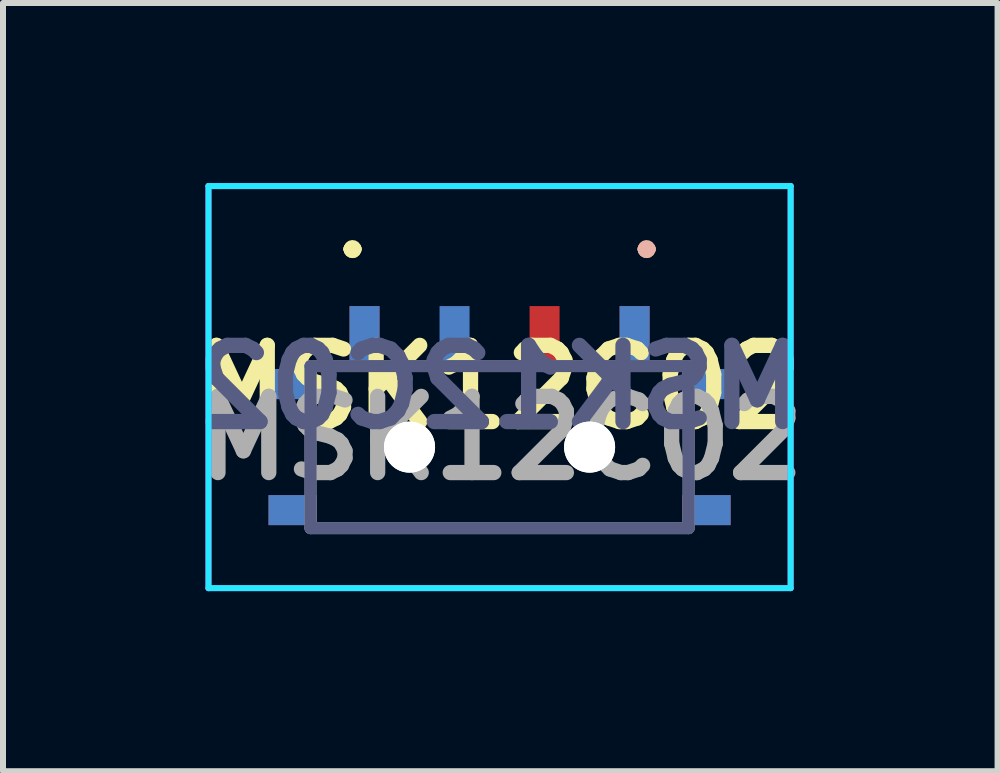
<source format=kicad_pcb>
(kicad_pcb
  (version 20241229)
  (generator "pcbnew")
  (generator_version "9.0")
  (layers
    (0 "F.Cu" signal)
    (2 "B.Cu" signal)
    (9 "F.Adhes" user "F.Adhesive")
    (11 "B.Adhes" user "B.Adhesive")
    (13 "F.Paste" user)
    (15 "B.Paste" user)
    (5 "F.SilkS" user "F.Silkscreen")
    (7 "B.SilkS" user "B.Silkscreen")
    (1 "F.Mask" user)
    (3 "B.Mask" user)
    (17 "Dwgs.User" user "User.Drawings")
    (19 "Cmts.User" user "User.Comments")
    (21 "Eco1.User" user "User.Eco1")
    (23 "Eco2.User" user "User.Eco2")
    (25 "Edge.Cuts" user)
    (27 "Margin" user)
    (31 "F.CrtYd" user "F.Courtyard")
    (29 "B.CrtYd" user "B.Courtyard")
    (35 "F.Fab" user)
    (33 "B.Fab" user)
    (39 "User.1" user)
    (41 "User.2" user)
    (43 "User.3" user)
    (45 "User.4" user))
  (footprint "MSK12C02"
    (layer "F.Cu")
    (at 5.274 4.4)
    (property "Reference" "MSK12C02" (at 0 -1 0) (layer "F.SilkS") (effects (font (size 1.27 1.27) (thickness 0.254))))
    (attr through_hole)
    (fp_line (start -3.15 -0.25) (end -3.15 -0.25) (stroke (width 0.1) (type solid)) (layer "F.SilkS"))
    (fp_line (start -3.15 -0.25) (end -3.15 0.25) (stroke (width 0.1) (type solid)) (layer "F.SilkS"))
    (fp_line (start -3.15 0.25) (end -3.15 -0.25) (stroke (width 0.1) (type solid)) (layer "F.SilkS"))
    (fp_line (start -3.15 0.25) (end -3.15 0.25) (stroke (width 0.1) (type solid)) (layer "F.SilkS"))
    (fp_line (start -2.5 -3.3) (end -2.5 -3.3) (stroke (width 0.2) (type solid)) (layer "F.SilkS"))
    (fp_line (start -2.5 -3.3) (end -2.5 -3.3) (stroke (width 0.2) (type solid)) (layer "F.SilkS"))
    (fp_line (start -2.5 1.35) (end -2.5 1.35) (stroke (width 0.1) (type solid)) (layer "F.SilkS"))
    (fp_line (start -2.5 1.35) (end 2.5 1.35) (stroke (width 0.1) (type solid)) (layer "F.SilkS"))
    (fp_line (start -2.4 -3.3) (end -2.4 -3.3) (stroke (width 0.2) (type solid)) (layer "F.SilkS"))
    (fp_line (start -1.25 -1.35) (end -1.25 -1.35) (stroke (width 0.1) (type solid)) (layer "F.SilkS"))
    (fp_line (start -1.25 -1.35) (end -0.25 -1.35) (stroke (width 0.1) (type solid)) (layer "F.SilkS"))
    (fp_line (start -0.25 -1.35) (end -1.25 -1.35) (stroke (width 0.1) (type solid)) (layer "F.SilkS"))
    (fp_line (start -0.25 -1.35) (end -0.25 -1.35) (stroke (width 0.1) (type solid)) (layer "F.SilkS"))
    (fp_line (start 2.5 1.35) (end -2.5 1.35) (stroke (width 0.1) (type solid)) (layer "F.SilkS"))
    (fp_line (start 2.5 1.35) (end 2.5 1.35) (stroke (width 0.1) (type solid)) (layer "F.SilkS"))
    (fp_line (start 3.15 -0.25) (end 3.15 -0.25) (stroke (width 0.1) (type solid)) (layer "F.SilkS"))
    (fp_line (start 3.15 -0.25) (end 3.15 0.25) (stroke (width 0.1) (type solid)) (layer "F.SilkS"))
    (fp_line (start 3.15 0.25) (end 3.15 -0.25) (stroke (width 0.1) (type solid)) (layer "F.SilkS"))
    (fp_line (start 3.15 0.25) (end 3.15 0.25) (stroke (width 0.1) (type solid)) (layer "F.SilkS"))
    (fp_arc (start -2.5 -3.3) (mid -2.45 -3.35) (end -2.4 -3.3) (stroke (width 0.2) (type solid)) (layer "F.SilkS"))
    (fp_arc (start -2.4 -3.3) (mid -2.45 -3.25) (end -2.5 -3.3) (stroke (width 0.2) (type solid)) (layer "F.SilkS"))
    (fp_arc (start -2.4 -3.3) (mid -2.45 -3.25) (end -2.5 -3.3) (stroke (width 0.2) (type solid)) (layer "F.SilkS"))
    (fp_line (start -3.15 -0.25) (end -3.15 -0.25) (stroke (width 0.1) (type solid)) (layer "B.SilkS"))
    (fp_line (start -3.15 -0.25) (end -3.15 0.25) (stroke (width 0.1) (type solid)) (layer "B.SilkS"))
    (fp_line (start -3.15 0.25) (end -3.15 -0.25) (stroke (width 0.1) (type solid)) (layer "B.SilkS"))
    (fp_line (start -3.15 0.25) (end -3.15 0.25) (stroke (width 0.1) (type solid)) (layer "B.SilkS"))
    (fp_line (start -2.5 1.35) (end -2.5 1.35) (stroke (width 0.1) (type solid)) (layer "B.SilkS"))
    (fp_line (start -2.5 1.35) (end 2.5 1.35) (stroke (width 0.1) (type solid)) (layer "B.SilkS"))
    (fp_line (start 0.25 -1.35) (end 0.25 -1.35) (stroke (width 0.1) (type solid)) (layer "B.SilkS"))
    (fp_line (start 0.25 -1.35) (end 1.25 -1.35) (stroke (width 0.1) (type solid)) (layer "B.SilkS"))
    (fp_line (start 1.25 -1.35) (end 0.25 -1.35) (stroke (width 0.1) (type solid)) (layer "B.SilkS"))
    (fp_line (start 1.25 -1.35) (end 1.25 -1.35) (stroke (width 0.1) (type solid)) (layer "B.SilkS"))
    (fp_line (start 2.4 -3.3) (end 2.4 -3.3) (stroke (width 0.2) (type solid)) (layer "B.SilkS"))
    (fp_line (start 2.5 -3.3) (end 2.5 -3.3) (stroke (width 0.2) (type solid)) (layer "B.SilkS"))
    (fp_line (start 2.5 -3.3) (end 2.5 -3.3) (stroke (width 0.2) (type solid)) (layer "B.SilkS"))
    (fp_line (start 2.5 1.35) (end -2.5 1.35) (stroke (width 0.1) (type solid)) (layer "B.SilkS"))
    (fp_line (start 2.5 1.35) (end 2.5 1.35) (stroke (width 0.1) (type solid)) (layer "B.SilkS"))
    (fp_line (start 3.15 -0.25) (end 3.15 -0.25) (stroke (width 0.1) (type solid)) (layer "B.SilkS"))
    (fp_line (start 3.15 -0.25) (end 3.15 0.25) (stroke (width 0.1) (type solid)) (layer "B.SilkS"))
    (fp_line (start 3.15 0.25) (end 3.15 -0.25) (stroke (width 0.1) (type solid)) (layer "B.SilkS"))
    (fp_line (start 3.15 0.25) (end 3.15 0.25) (stroke (width 0.1) (type solid)) (layer "B.SilkS"))
    (fp_arc (start 2.4 -3.3) (mid 2.45 -3.35) (end 2.5 -3.3) (stroke (width 0.2) (type solid)) (layer "B.SilkS"))
    (fp_arc (start 2.5 -3.3) (mid 2.45 -3.25) (end 2.4 -3.3) (stroke (width 0.2) (type solid)) (layer "B.SilkS"))
    (fp_arc (start 2.5 -3.3) (mid 2.45 -3.25) (end 2.4 -3.3) (stroke (width 0.2) (type solid)) (layer "B.SilkS"))
    (fp_line (start -4.85 -4.35) (end -4.85 2.35) (stroke (width 0.1) (type solid)) (layer "B.CrtYd"))
    (fp_line (start -4.85 2.35) (end 4.85 2.35) (stroke (width 0.1) (type solid)) (layer "B.CrtYd"))
    (fp_line (start 4.85 -4.35) (end -4.85 -4.35) (stroke (width 0.1) (type solid)) (layer "B.CrtYd"))
    (fp_line (start 4.85 2.35) (end 4.85 -4.35) (stroke (width 0.1) (type solid)) (layer "B.CrtYd"))
    (fp_line (start -4.85 -4.35) (end 4.85 -4.35) (stroke (width 0.1) (type solid)) (layer "F.CrtYd"))
    (fp_line (start -4.85 2.35) (end -4.85 -4.35) (stroke (width 0.1) (type solid)) (layer "F.CrtYd"))
    (fp_line (start 4.85 -4.35) (end 4.85 2.35) (stroke (width 0.1) (type solid)) (layer "F.CrtYd"))
    (fp_line (start 4.85 2.35) (end -4.85 2.35) (stroke (width 0.1) (type solid)) (layer "F.CrtYd"))
    (fp_line (start -3.15 -1.35) (end 3.15 -1.35) (stroke (width 0.2) (type solid)) (layer "B.Fab"))
    (fp_line (start -3.15 1.35) (end -3.15 -1.35) (stroke (width 0.2) (type solid)) (layer "B.Fab"))
    (fp_line (start 3.15 -1.35) (end 3.15 1.35) (stroke (width 0.2) (type solid)) (layer "B.Fab"))
    (fp_line (start 3.15 1.35) (end -3.15 1.35) (stroke (width 0.2) (type solid)) (layer "B.Fab"))
    (fp_line (start -3.15 -1.35) (end -3.15 1.35) (stroke (width 0.2) (type solid)) (layer "F.Fab"))
    (fp_line (start -3.15 1.35) (end 3.15 1.35) (stroke (width 0.2) (type solid)) (layer "F.Fab"))
    (fp_line (start 3.15 -1.35) (end -3.15 -1.35) (stroke (width 0.2) (type solid)) (layer "F.Fab"))
    (fp_line (start 3.15 1.35) (end 3.15 -1.35) (stroke (width 0.2) (type solid)) (layer "F.Fab"))
    (fp_text user "${REFERENCE}" (at 0 -1 180) (layer "B.Fab") (effects (font (size 1.27 1.27) (thickness 0.254)) (justify mirror)))
    (fp_text user "${REFERENCE}" (at 0.025 -0.15 180) (layer "F.Fab") (effects (font (size 1.27 1.27) (thickness 0.254))))
    (pad "" np_thru_hole circle (at -1.5 0) (size 0.85 0.85) (drill 0.85) (layers "*.Cu" "*.Mask"))
    (pad "" np_thru_hole circle (at -1.5 0) (size 0.85 0.85) (drill 0.85) (layers "*.Cu" "*.Mask"))
    (pad "" np_thru_hole circle (at 1.5 0) (size 0.85 0.85) (drill 0.85) (layers "*.Cu" "*.Mask"))
    (pad "" np_thru_hole circle (at 1.5 0) (size 0.85 0.85) (drill 0.85) (layers "*.Cu" "*.Mask"))
    (pad "A1" smd rect (at -2.25 -1.85) (size 0.5 1) (layers "F.Cu" "F.Mask" "F.Paste"))
    (pad "A1" smd rect (at 2.25 -1.85) (size 0.5 1) (layers "B.Cu" "B.Mask" "B.Paste"))
    (pad "B1" smd rect (at -0.75 -1.85) (size 0.5 1) (layers "B.Cu" "B.Mask" "B.Paste"))
    (pad "B1" smd rect (at 0.75 -1.85) (size 0.5 1) (layers "F.Cu" "F.Mask" "F.Paste"))
    (pad "C1" smd rect (at -2.25 -1.85) (size 0.5 1) (layers "B.Cu" "B.Mask" "B.Paste"))
    (pad "C1" smd rect (at 2.25 -1.85) (size 0.5 1) (layers "F.Cu" "F.Mask" "F.Paste"))
    (pad "MP1" smd rect (at -3.45 -1.05 270) (size 0.5 0.8) (layers "B.Cu" "B.Mask" "B.Paste"))
    (pad "MP1" smd rect (at 3.45 -1.05 90) (size 0.5 0.8) (layers "F.Cu" "F.Mask" "F.Paste"))
    (pad "MP2" smd rect (at -3.45 1.05 270) (size 0.5 0.8) (layers "B.Cu" "B.Mask" "B.Paste"))
    (pad "MP2" smd rect (at 3.45 1.05 90) (size 0.5 0.8) (layers "F.Cu" "F.Mask" "F.Paste"))
    (pad "MP3" smd rect (at -3.45 1.05 90) (size 0.5 0.8) (layers "F.Cu" "F.Mask" "F.Paste"))
    (pad "MP3" smd rect (at 3.45 1.05 270) (size 0.5 0.8) (layers "B.Cu" "B.Mask" "B.Paste"))
    (pad "MP4" smd rect (at -3.45 -1.05 90) (size 0.5 0.8) (layers "F.Cu" "F.Mask" "F.Paste"))
    (pad "MP4" smd rect (at 3.45 -1.05 270) (size 0.5 0.8) (layers "B.Cu" "B.Mask" "B.Paste")))
  (gr_rect
    (start -3 -3)
    (end 13.572 9.8)
    (stroke (width 0.1) (type default))
    (fill no)
    (layer "Edge.Cuts")))
</source>
